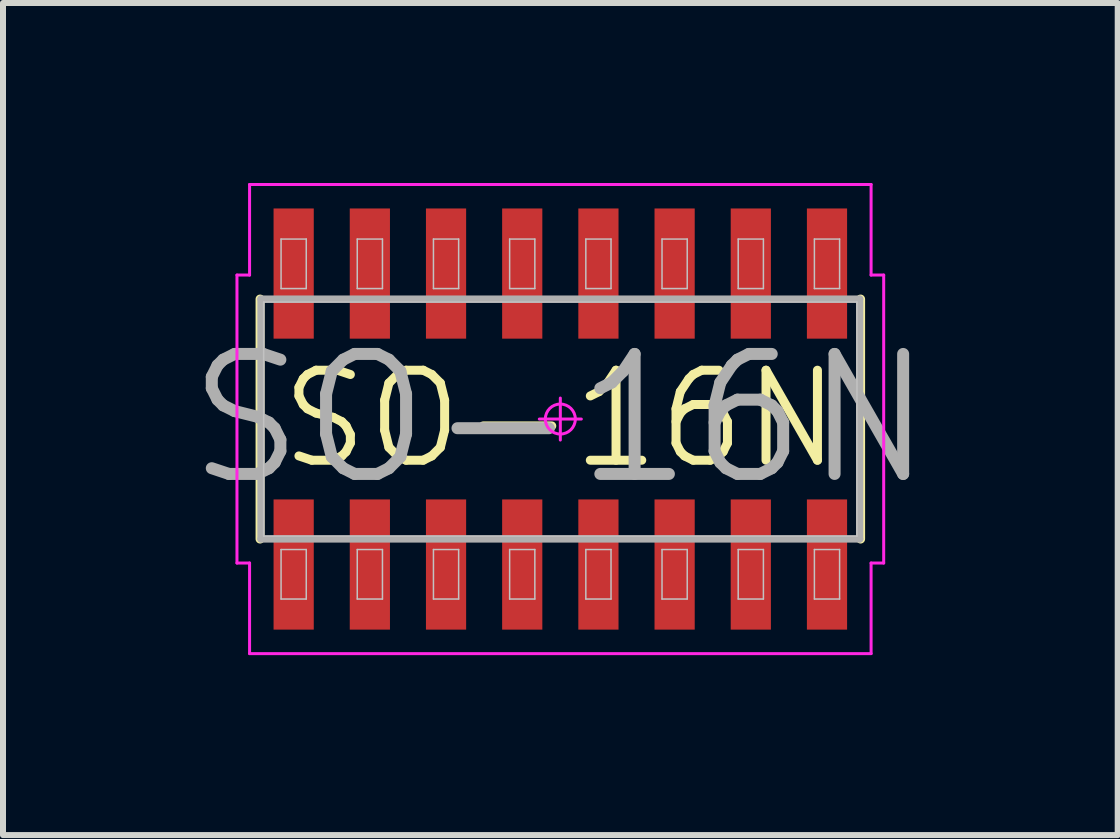
<source format=kicad_pcb>
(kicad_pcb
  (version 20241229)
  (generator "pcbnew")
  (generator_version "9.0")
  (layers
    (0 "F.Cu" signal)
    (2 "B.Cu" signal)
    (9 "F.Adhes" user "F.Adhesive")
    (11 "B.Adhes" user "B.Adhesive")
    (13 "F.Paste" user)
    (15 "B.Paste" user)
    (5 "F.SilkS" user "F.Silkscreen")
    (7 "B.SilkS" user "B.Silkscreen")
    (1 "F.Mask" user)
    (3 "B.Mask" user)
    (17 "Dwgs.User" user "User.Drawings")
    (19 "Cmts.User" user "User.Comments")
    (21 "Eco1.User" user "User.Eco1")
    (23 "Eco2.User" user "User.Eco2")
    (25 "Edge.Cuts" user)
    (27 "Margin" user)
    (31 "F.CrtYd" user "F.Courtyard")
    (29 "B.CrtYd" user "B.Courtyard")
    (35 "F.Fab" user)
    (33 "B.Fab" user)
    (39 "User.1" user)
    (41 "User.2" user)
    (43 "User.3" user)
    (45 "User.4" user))
  (footprint "SO-16N"
    (layer "F.Cu")
    (at 6.29 3.935)
    (property "Reference" "SO-16N" (at 0 0 0) (layer "F.SilkS") (effects (font (size 1.5 1.5) (thickness 0.15))))
    (attr smd)
    (fp_line (start -5.005 2) (end -5.005 -2) (stroke (width 0.15) (type solid)) (layer "F.SilkS"))
    (fp_line (start 5.005 2) (end 5.005 -2) (stroke (width 0.15) (type solid)) (layer "F.SilkS"))
    (fp_line (start -4.945 -1.95) (end 4.945 -1.95) (stroke (width 0.025) (type solid)) (layer "Dwgs.User"))
    (fp_line (start -4.945 1.95) (end -4.945 -1.95) (stroke (width 0.025) (type solid)) (layer "Dwgs.User"))
    (fp_line (start -4.655 -3) (end -4.235 -3) (stroke (width 0.025) (type solid)) (layer "Dwgs.User"))
    (fp_line (start -4.655 -2.175) (end -4.655 -3) (stroke (width 0.025) (type solid)) (layer "Dwgs.User"))
    (fp_line (start -4.655 2.175) (end -4.235 2.175) (stroke (width 0.025) (type solid)) (layer "Dwgs.User"))
    (fp_line (start -4.655 3) (end -4.655 2.175) (stroke (width 0.025) (type solid)) (layer "Dwgs.User"))
    (fp_line (start -4.235 -3) (end -4.235 -2.175) (stroke (width 0.025) (type solid)) (layer "Dwgs.User"))
    (fp_line (start -4.235 -2.175) (end -4.655 -2.175) (stroke (width 0.025) (type solid)) (layer "Dwgs.User"))
    (fp_line (start -4.235 2.175) (end -4.235 3) (stroke (width 0.025) (type solid)) (layer "Dwgs.User"))
    (fp_line (start -4.235 3) (end -4.655 3) (stroke (width 0.025) (type solid)) (layer "Dwgs.User"))
    (fp_line (start -3.385 -3) (end -2.965 -3) (stroke (width 0.025) (type solid)) (layer "Dwgs.User"))
    (fp_line (start -3.385 -2.175) (end -3.385 -3) (stroke (width 0.025) (type solid)) (layer "Dwgs.User"))
    (fp_line (start -3.385 2.175) (end -2.965 2.175) (stroke (width 0.025) (type solid)) (layer "Dwgs.User"))
    (fp_line (start -3.385 3) (end -3.385 2.175) (stroke (width 0.025) (type solid)) (layer "Dwgs.User"))
    (fp_line (start -2.965 -3) (end -2.965 -2.175) (stroke (width 0.025) (type solid)) (layer "Dwgs.User"))
    (fp_line (start -2.965 -2.175) (end -3.385 -2.175) (stroke (width 0.025) (type solid)) (layer "Dwgs.User"))
    (fp_line (start -2.965 2.175) (end -2.965 3) (stroke (width 0.025) (type solid)) (layer "Dwgs.User"))
    (fp_line (start -2.965 3) (end -3.385 3) (stroke (width 0.025) (type solid)) (layer "Dwgs.User"))
    (fp_line (start -2.115 -3) (end -1.695 -3) (stroke (width 0.025) (type solid)) (layer "Dwgs.User"))
    (fp_line (start -2.115 -2.175) (end -2.115 -3) (stroke (width 0.025) (type solid)) (layer "Dwgs.User"))
    (fp_line (start -2.115 2.175) (end -1.695 2.175) (stroke (width 0.025) (type solid)) (layer "Dwgs.User"))
    (fp_line (start -2.115 3) (end -2.115 2.175) (stroke (width 0.025) (type solid)) (layer "Dwgs.User"))
    (fp_line (start -1.695 -3) (end -1.695 -2.175) (stroke (width 0.025) (type solid)) (layer "Dwgs.User"))
    (fp_line (start -1.695 -2.175) (end -2.115 -2.175) (stroke (width 0.025) (type solid)) (layer "Dwgs.User"))
    (fp_line (start -1.695 2.175) (end -1.695 3) (stroke (width 0.025) (type solid)) (layer "Dwgs.User"))
    (fp_line (start -1.695 3) (end -2.115 3) (stroke (width 0.025) (type solid)) (layer "Dwgs.User"))
    (fp_line (start -0.845 -3) (end -0.425 -3) (stroke (width 0.025) (type solid)) (layer "Dwgs.User"))
    (fp_line (start -0.845 -2.175) (end -0.845 -3) (stroke (width 0.025) (type solid)) (layer "Dwgs.User"))
    (fp_line (start -0.845 2.175) (end -0.425 2.175) (stroke (width 0.025) (type solid)) (layer "Dwgs.User"))
    (fp_line (start -0.845 3) (end -0.845 2.175) (stroke (width 0.025) (type solid)) (layer "Dwgs.User"))
    (fp_line (start -0.425 -3) (end -0.425 -2.175) (stroke (width 0.025) (type solid)) (layer "Dwgs.User"))
    (fp_line (start -0.425 -2.175) (end -0.845 -2.175) (stroke (width 0.025) (type solid)) (layer "Dwgs.User"))
    (fp_line (start -0.425 2.175) (end -0.425 3) (stroke (width 0.025) (type solid)) (layer "Dwgs.User"))
    (fp_line (start -0.425 3) (end -0.845 3) (stroke (width 0.025) (type solid)) (layer "Dwgs.User"))
    (fp_line (start 0.425 -3) (end 0.845 -3) (stroke (width 0.025) (type solid)) (layer "Dwgs.User"))
    (fp_line (start 0.425 -2.175) (end 0.425 -3) (stroke (width 0.025) (type solid)) (layer "Dwgs.User"))
    (fp_line (start 0.425 2.175) (end 0.845 2.175) (stroke (width 0.025) (type solid)) (layer "Dwgs.User"))
    (fp_line (start 0.425 3) (end 0.425 2.175) (stroke (width 0.025) (type solid)) (layer "Dwgs.User"))
    (fp_line (start 0.845 -3) (end 0.845 -2.175) (stroke (width 0.025) (type solid)) (layer "Dwgs.User"))
    (fp_line (start 0.845 -2.175) (end 0.425 -2.175) (stroke (width 0.025) (type solid)) (layer "Dwgs.User"))
    (fp_line (start 0.845 2.175) (end 0.845 3) (stroke (width 0.025) (type solid)) (layer "Dwgs.User"))
    (fp_line (start 0.845 3) (end 0.425 3) (stroke (width 0.025) (type solid)) (layer "Dwgs.User"))
    (fp_line (start 1.695 -3) (end 2.115 -3) (stroke (width 0.025) (type solid)) (layer "Dwgs.User"))
    (fp_line (start 1.695 -2.175) (end 1.695 -3) (stroke (width 0.025) (type solid)) (layer "Dwgs.User"))
    (fp_line (start 1.695 2.175) (end 2.115 2.175) (stroke (width 0.025) (type solid)) (layer "Dwgs.User"))
    (fp_line (start 1.695 3) (end 1.695 2.175) (stroke (width 0.025) (type solid)) (layer "Dwgs.User"))
    (fp_line (start 2.115 -3) (end 2.115 -2.175) (stroke (width 0.025) (type solid)) (layer "Dwgs.User"))
    (fp_line (start 2.115 -2.175) (end 1.695 -2.175) (stroke (width 0.025) (type solid)) (layer "Dwgs.User"))
    (fp_line (start 2.115 2.175) (end 2.115 3) (stroke (width 0.025) (type solid)) (layer "Dwgs.User"))
    (fp_line (start 2.115 3) (end 1.695 3) (stroke (width 0.025) (type solid)) (layer "Dwgs.User"))
    (fp_line (start 2.965 -3) (end 3.385 -3) (stroke (width 0.025) (type solid)) (layer "Dwgs.User"))
    (fp_line (start 2.965 -2.175) (end 2.965 -3) (stroke (width 0.025) (type solid)) (layer "Dwgs.User"))
    (fp_line (start 2.965 2.175) (end 3.385 2.175) (stroke (width 0.025) (type solid)) (layer "Dwgs.User"))
    (fp_line (start 2.965 3) (end 2.965 2.175) (stroke (width 0.025) (type solid)) (layer "Dwgs.User"))
    (fp_line (start 3.385 -3) (end 3.385 -2.175) (stroke (width 0.025) (type solid)) (layer "Dwgs.User"))
    (fp_line (start 3.385 -2.175) (end 2.965 -2.175) (stroke (width 0.025) (type solid)) (layer "Dwgs.User"))
    (fp_line (start 3.385 2.175) (end 3.385 3) (stroke (width 0.025) (type solid)) (layer "Dwgs.User"))
    (fp_line (start 3.385 3) (end 2.965 3) (stroke (width 0.025) (type solid)) (layer "Dwgs.User"))
    (fp_line (start 4.235 -3) (end 4.655 -3) (stroke (width 0.025) (type solid)) (layer "Dwgs.User"))
    (fp_line (start 4.235 -2.175) (end 4.235 -3) (stroke (width 0.025) (type solid)) (layer "Dwgs.User"))
    (fp_line (start 4.235 2.175) (end 4.655 2.175) (stroke (width 0.025) (type solid)) (layer "Dwgs.User"))
    (fp_line (start 4.235 3) (end 4.235 2.175) (stroke (width 0.025) (type solid)) (layer "Dwgs.User"))
    (fp_line (start 4.655 -3) (end 4.655 -2.175) (stroke (width 0.025) (type solid)) (layer "Dwgs.User"))
    (fp_line (start 4.655 -2.175) (end 4.235 -2.175) (stroke (width 0.025) (type solid)) (layer "Dwgs.User"))
    (fp_line (start 4.655 2.175) (end 4.655 3) (stroke (width 0.025) (type solid)) (layer "Dwgs.User"))
    (fp_line (start 4.655 3) (end 4.235 3) (stroke (width 0.025) (type solid)) (layer "Dwgs.User"))
    (fp_line (start 4.945 -1.95) (end 4.945 1.95) (stroke (width 0.025) (type solid)) (layer "Dwgs.User"))
    (fp_line (start 4.945 1.95) (end -4.945 1.95) (stroke (width 0.025) (type solid)) (layer "Dwgs.User"))
    (fp_line (start -5.39 -2.4) (end -5.39 2.4) (stroke (width 0.05) (type solid)) (layer "F.CrtYd"))
    (fp_line (start -5.39 2.4) (end -5.18 2.4) (stroke (width 0.05) (type solid)) (layer "F.CrtYd"))
    (fp_line (start -5.18 -3.91) (end -5.18 -2.4) (stroke (width 0.05) (type solid)) (layer "F.CrtYd"))
    (fp_line (start -5.18 -2.4) (end -5.39 -2.4) (stroke (width 0.05) (type solid)) (layer "F.CrtYd"))
    (fp_line (start -5.18 2.4) (end -5.18 3.91) (stroke (width 0.05) (type solid)) (layer "F.CrtYd"))
    (fp_line (start -5.18 3.91) (end 5.18 3.91) (stroke (width 0.05) (type solid)) (layer "F.CrtYd"))
    (fp_line (start -0.35 0) (end 0.35 0) (stroke (width 0.05) (type solid)) (layer "F.CrtYd"))
    (fp_line (start 0 -0.35) (end 0 0.35) (stroke (width 0.05) (type solid)) (layer "F.CrtYd"))
    (fp_line (start 5.18 -3.91) (end -5.18 -3.91) (stroke (width 0.05) (type solid)) (layer "F.CrtYd"))
    (fp_line (start 5.18 -2.4) (end 5.18 -3.91) (stroke (width 0.05) (type solid)) (layer "F.CrtYd"))
    (fp_line (start 5.18 2.4) (end 5.39 2.4) (stroke (width 0.05) (type solid)) (layer "F.CrtYd"))
    (fp_line (start 5.18 3.91) (end 5.18 2.4) (stroke (width 0.05) (type solid)) (layer "F.CrtYd"))
    (fp_line (start 5.39 -2.4) (end 5.18 -2.4) (stroke (width 0.05) (type solid)) (layer "F.CrtYd"))
    (fp_line (start 5.39 2.4) (end 5.39 -2.4) (stroke (width 0.05) (type solid)) (layer "F.CrtYd"))
    (fp_circle (center 0 0) (end 0 0.25) (stroke (width 0.05) (type solid)) (fill no) (layer "F.CrtYd"))
    (fp_line (start -4.99 -2) (end 4.99 -2) (stroke (width 0.12) (type solid)) (layer "F.Fab"))
    (fp_line (start -4.99 2) (end -4.99 -2) (stroke (width 0.12) (type solid)) (layer "F.Fab"))
    (fp_line (start 4.99 -2) (end 4.99 2) (stroke (width 0.12) (type solid)) (layer "F.Fab"))
    (fp_line (start 4.99 2) (end -4.99 2) (stroke (width 0.12) (type solid)) (layer "F.Fab"))
    (fp_text user "${REFERENCE}" (at 0 0 0) (layer "F.Fab") (effects (font (size 2 2) (thickness 0.2))))
    (pad "1" smd rect (at -4.445 2.425 90) (size 2.17 0.67) (layers "F.Cu" "F.Mask" "F.Paste"))
    (pad "2" smd rect (at -3.175 2.425 90) (size 2.17 0.67) (layers "F.Cu" "F.Mask" "F.Paste"))
    (pad "3" smd rect (at -1.905 2.425 90) (size 2.17 0.67) (layers "F.Cu" "F.Mask" "F.Paste"))
    (pad "4" smd rect (at -0.635 2.425 90) (size 2.17 0.67) (layers "F.Cu" "F.Mask" "F.Paste"))
    (pad "5" smd rect (at 0.635 2.425 90) (size 2.17 0.67) (layers "F.Cu" "F.Mask" "F.Paste"))
    (pad "6" smd rect (at 1.905 2.425 90) (size 2.17 0.67) (layers "F.Cu" "F.Mask" "F.Paste"))
    (pad "7" smd rect (at 3.175 2.425 90) (size 2.17 0.67) (layers "F.Cu" "F.Mask" "F.Paste"))
    (pad "8" smd rect (at 4.445 2.425 90) (size 2.17 0.67) (layers "F.Cu" "F.Mask" "F.Paste"))
    (pad "9" smd rect (at 4.445 -2.425 90) (size 2.17 0.67) (layers "F.Cu" "F.Mask" "F.Paste"))
    (pad "10" smd rect (at 3.175 -2.425 90) (size 2.17 0.67) (layers "F.Cu" "F.Mask" "F.Paste"))
    (pad "11" smd rect (at 1.905 -2.425 90) (size 2.17 0.67) (layers "F.Cu" "F.Mask" "F.Paste"))
    (pad "12" smd rect (at 0.635 -2.425 90) (size 2.17 0.67) (layers "F.Cu" "F.Mask" "F.Paste"))
    (pad "13" smd rect (at -0.635 -2.425 90) (size 2.17 0.67) (layers "F.Cu" "F.Mask" "F.Paste"))
    (pad "14" smd rect (at -1.905 -2.425 90) (size 2.17 0.67) (layers "F.Cu" "F.Mask" "F.Paste"))
    (pad "15" smd rect (at -3.175 -2.425 90) (size 2.17 0.67) (layers "F.Cu" "F.Mask" "F.Paste"))
    (pad "16" smd rect (at -4.445 -2.425 90) (size 2.17 0.67) (layers "F.Cu" "F.Mask" "F.Paste")))
  (gr_rect
    (start -3 -3)
    (end 15.581 10.87)
    (stroke (width 0.1) (type default))
    (fill no)
    (layer "Edge.Cuts")))
</source>
